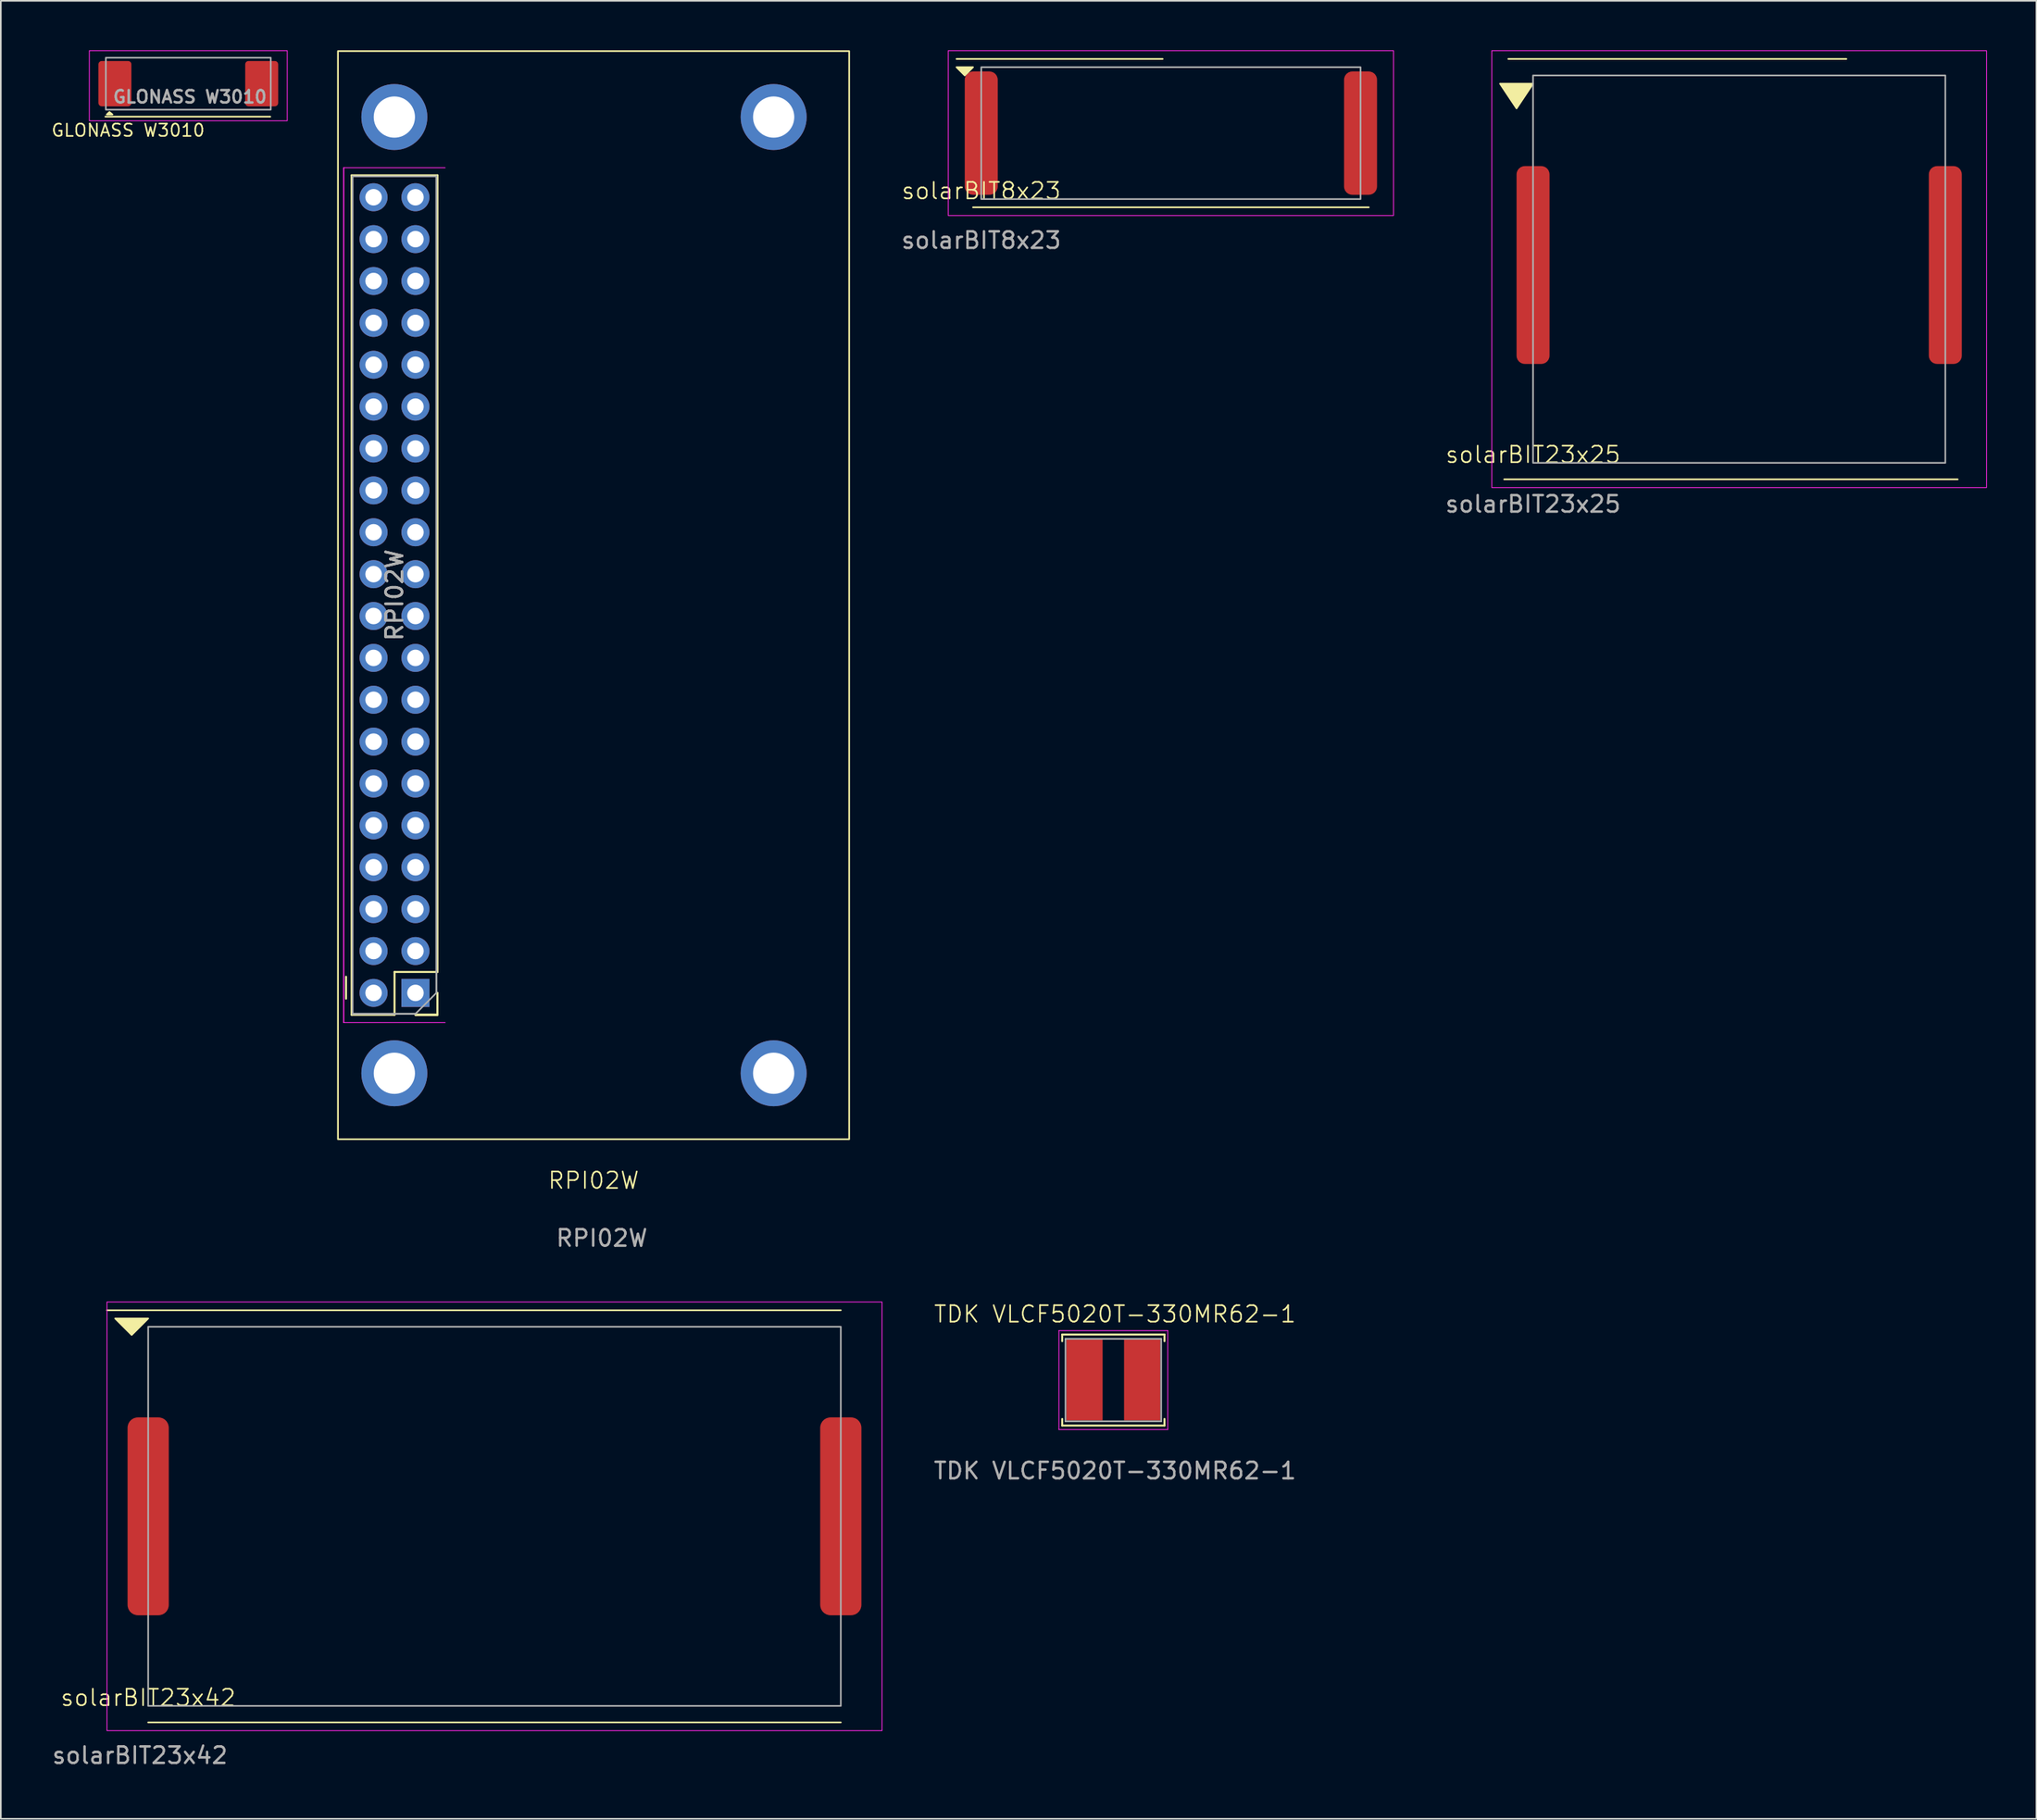
<source format=kicad_pcb>
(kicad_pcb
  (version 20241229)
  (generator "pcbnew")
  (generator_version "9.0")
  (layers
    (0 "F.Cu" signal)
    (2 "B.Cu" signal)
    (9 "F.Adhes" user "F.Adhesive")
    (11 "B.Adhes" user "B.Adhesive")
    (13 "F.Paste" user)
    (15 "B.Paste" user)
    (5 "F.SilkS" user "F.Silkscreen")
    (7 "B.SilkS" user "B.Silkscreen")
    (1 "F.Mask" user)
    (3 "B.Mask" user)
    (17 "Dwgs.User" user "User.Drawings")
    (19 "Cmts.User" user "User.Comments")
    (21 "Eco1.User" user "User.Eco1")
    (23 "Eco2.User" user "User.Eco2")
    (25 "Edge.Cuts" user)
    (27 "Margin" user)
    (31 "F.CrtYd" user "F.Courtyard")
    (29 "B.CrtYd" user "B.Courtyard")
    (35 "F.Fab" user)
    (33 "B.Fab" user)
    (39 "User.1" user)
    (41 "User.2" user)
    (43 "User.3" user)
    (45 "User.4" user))
  (footprint "solarBIT23x25"
    (layer "F.Cu")
    (at 89.911 25.025)
    (property "Reference" "solarBIT23x25" (at 0 -0.5 0) (unlocked yes) (layer "F.SilkS") (effects (font (size 1 1) (thickness 0.1))))
    (attr smd)
    (fp_line (start -1.5 -24.5) (end 19 -24.5) (stroke (width 0.1) (type default)) (layer "F.SilkS"))
    (fp_line (start 25.75 1) (end -1.75 1) (stroke (width 0.1) (type default)) (layer "F.SilkS"))
    (fp_poly (pts (xy -2 -23) (xy -1 -21.5) (xy 0 -23)) (stroke (width 0.1) (type solid)) (fill yes) (layer "F.SilkS"))
    (fp_rect (start -2.5 -25) (end 27.5 1.5) (stroke (width 0.05) (type default)) (fill no) (layer "F.CrtYd"))
    (fp_rect (start 0 -23.5) (end 25 0) (stroke (width 0.1) (type default)) (fill no) (layer "F.Fab"))
    (fp_text user "${REFERENCE}" (at 0 2.5 0) (unlocked yes) (layer "F.Fab") (effects (font (size 1 1) (thickness 0.15))))
    (pad "1" smd roundrect (at 0 -12) (size 2 12) (layers "F.Cu" "F.Mask" "F.Paste") (roundrect_rratio 0.25))
    (pad "2" smd roundrect (at 25 -12) (size 2 12) (layers "F.Cu" "F.Mask" "F.Paste") (roundrect_rratio 0.25)))
  (footprint "GLONASS W3010"
    (layer "F.Cu")
    (at 8.368 2.025)
    (property "Reference" "GLONASS W3010" (at -3.65 2.83 0) (unlocked yes) (layer "F.SilkS") (effects (font (size 0.75 0.75) (thickness 0.1))))
    (attr smd)
    (fp_line (start -5.03 2) (end 4.97 2) (stroke (width 0.1) (type default)) (layer "F.SilkS"))
    (fp_poly (pts (xy -4.6 1.87) (xy -4.78 1.72) (xy -4.94 1.87)) (stroke (width 0.1) (type solid)) (fill yes) (layer "F.SilkS"))
    (fp_rect (start -6 2.25) (end 6 -2) (stroke (width 0.05) (type default)) (fill no) (layer "F.CrtYd"))
    (fp_rect (start -5 -1.575) (end 5 1.575) (stroke (width 0.1) (type default)) (fill no) (layer "F.Fab"))
    (fp_text user "${REFERENCE}" (at 0.1 0.8 0) (unlocked yes) (layer "F.Fab") (effects (font (size 0.75 0.75) (thickness 0.15))))
    (pad "1" smd roundrect (at -4.45 0 180) (size 2 2.75) (layers "F.Cu" "F.Mask" "F.Paste") (roundrect_rratio 0.1))
    (pad "2" smd roundrect (at 4.45 0 180) (size 2 2.75) (layers "F.Cu" "F.Mask" "F.Paste") (roundrect_rratio 0.1)))
  (footprint "RPI02W"
    (layer "F.Cu")
    (at 32.943 27.55)
    (property "Reference" "RPI02W" (at 0 41 0) (unlocked yes) (layer "F.SilkS") (effects (font (size 1 1) (thickness 0.1))))
    (attr smd)
    (fp_line (start -15.01 28.645) (end -15.01 29.975) (stroke (width 0.12) (type solid)) (layer "F.SilkS"))
    (fp_line (start -14.67 30.955) (end -14.67 -19.965) (stroke (width 0.12) (type solid)) (layer "F.SilkS"))
    (fp_line (start -12.07 28.355) (end -12.07 30.955) (stroke (width 0.12) (type solid)) (layer "F.SilkS"))
    (fp_line (start -12.07 30.955) (end -14.67 30.955) (stroke (width 0.12) (type solid)) (layer "F.SilkS"))
    (fp_line (start -9.47 -19.965) (end -14.67 -19.965) (stroke (width 0.12) (type solid)) (layer "F.SilkS"))
    (fp_line (start -9.47 28.355) (end -12.07 28.355) (stroke (width 0.12) (type solid)) (layer "F.SilkS"))
    (fp_line (start -9.47 28.355) (end -9.47 -19.965) (stroke (width 0.12) (type solid)) (layer "F.SilkS"))
    (fp_line (start -9.47 28.355) (end -9.47 -19.965) (stroke (width 0.12) (type solid)) (layer "F.SilkS"))
    (fp_line (start -9.47 29.625) (end -9.47 30.955) (stroke (width 0.12) (type solid)) (layer "F.SilkS"))
    (fp_line (start -9.47 29.625) (end -9.47 30.955) (stroke (width 0.12) (type solid)) (layer "F.SilkS"))
    (fp_line (start -9.47 30.955) (end -10.8 30.955) (stroke (width 0.12) (type solid)) (layer "F.SilkS"))
    (fp_line (start -9.47 30.955) (end -10.8 30.955) (stroke (width 0.12) (type solid)) (layer "F.SilkS"))
    (fp_line (start -9.47 30.955) (end -10.8 30.955) (stroke (width 0.12) (type solid)) (layer "F.SilkS"))
    (fp_rect (start -15.5 -27.5) (end 15.5 38.5) (stroke (width 0.1) (type default)) (fill no) (layer "F.SilkS"))
    (fp_line (start -15.15 -20.425) (end -15.15 31.425) (stroke (width 0.05) (type solid)) (layer "F.CrtYd"))
    (fp_line (start -15.15 -20.425) (end -15.15 31.425) (stroke (width 0.05) (type solid)) (layer "F.CrtYd"))
    (fp_line (start -15.15 31.425) (end -9 31.425) (stroke (width 0.05) (type solid)) (layer "F.CrtYd"))
    (fp_line (start -9 -20.425) (end -15.15 -20.425) (stroke (width 0.05) (type solid)) (layer "F.CrtYd"))
    (fp_line (start -14.61 -19.905) (end -9.53 -19.905) (stroke (width 0.1) (type solid)) (layer "F.Fab"))
    (fp_line (start -14.61 30.895) (end -14.61 -19.905) (stroke (width 0.1) (type solid)) (layer "F.Fab"))
    (fp_line (start -10.8 30.895) (end -14.61 30.895) (stroke (width 0.1) (type solid)) (layer "F.Fab"))
    (fp_line (start -10.8 30.895) (end -14.61 30.895) (stroke (width 0.1) (type solid)) (layer "F.Fab"))
    (fp_line (start -9.53 -19.905) (end -9.53 29.625) (stroke (width 0.1) (type solid)) (layer "F.Fab"))
    (fp_line (start -9.53 -19.905) (end -9.53 29.625) (stroke (width 0.1) (type solid)) (layer "F.Fab"))
    (fp_line (start -9.53 29.625) (end -10.8 30.895) (stroke (width 0.1) (type solid)) (layer "F.Fab"))
    (fp_text user "${REFERENCE}" (at 0.5 44.5 0) (unlocked yes) (layer "F.Fab") (effects (font (size 1 1) (thickness 0.15))))
    (fp_text user "${REFERENCE}" (at -12.07 5.495 270) (layer "F.Fab") (effects (font (size 1 1) (thickness 0.15))))
    (fp_text user "${REFERENCE}" (at -12.07 5.495 270) (layer "F.Fab") (effects (font (size 1 1) (thickness 0.15))))
    (fp_text user "${REFERENCE}" (at -12.07 5.495 270) (layer "F.Fab") (effects (font (size 1 1) (thickness 0.15))))
    (pad "1" thru_hole rect (at -10.8 29.625 180) (size 1.7 1.7) (drill 1) (layers "*.Cu" "*.Mask"))
    (pad "2" thru_hole oval (at -13.34 29.625 180) (size 1.7 1.7) (drill 1) (layers "*.Cu" "*.Mask"))
    (pad "3" thru_hole oval (at -10.8 27.085 180) (size 1.7 1.7) (drill 1) (layers "*.Cu" "*.Mask"))
    (pad "4" thru_hole oval (at -13.34 27.085 180) (size 1.7 1.7) (drill 1) (layers "*.Cu" "*.Mask"))
    (pad "5" thru_hole oval (at -10.8 24.545 180) (size 1.7 1.7) (drill 1) (layers "*.Cu" "*.Mask"))
    (pad "6" thru_hole oval (at -13.34 24.545 180) (size 1.7 1.7) (drill 1) (layers "*.Cu" "*.Mask"))
    (pad "7" thru_hole oval (at -10.8 22.005 180) (size 1.7 1.7) (drill 1) (layers "*.Cu" "*.Mask"))
    (pad "8" thru_hole oval (at -13.34 22.005 180) (size 1.7 1.7) (drill 1) (layers "*.Cu" "*.Mask"))
    (pad "9" thru_hole oval (at -10.8 19.465 180) (size 1.7 1.7) (drill 1) (layers "*.Cu" "*.Mask"))
    (pad "10" thru_hole oval (at -13.34 19.465 180) (size 1.7 1.7) (drill 1) (layers "*.Cu" "*.Mask"))
    (pad "11" thru_hole oval (at -10.8 16.925 180) (size 1.7 1.7) (drill 1) (layers "*.Cu" "*.Mask"))
    (pad "12" thru_hole oval (at -13.34 16.925 180) (size 1.7 1.7) (drill 1) (layers "*.Cu" "*.Mask"))
    (pad "13" thru_hole oval (at -10.8 14.385 180) (size 1.7 1.7) (drill 1) (layers "*.Cu" "*.Mask"))
    (pad "14" thru_hole oval (at -13.34 14.385 180) (size 1.7 1.7) (drill 1) (layers "*.Cu" "*.Mask"))
    (pad "15" thru_hole oval (at -10.8 11.845 180) (size 1.7 1.7) (drill 1) (layers "*.Cu" "*.Mask"))
    (pad "16" thru_hole oval (at -13.34 11.845 180) (size 1.7 1.7) (drill 1) (layers "*.Cu" "*.Mask"))
    (pad "17" thru_hole oval (at -10.8 9.305 180) (size 1.7 1.7) (drill 1) (layers "*.Cu" "*.Mask"))
    (pad "18" thru_hole oval (at -13.34 9.305 180) (size 1.7 1.7) (drill 1) (layers "*.Cu" "*.Mask"))
    (pad "19" thru_hole oval (at -10.8 6.765 180) (size 1.7 1.7) (drill 1) (layers "*.Cu" "*.Mask"))
    (pad "20" thru_hole oval (at -13.34 6.765 180) (size 1.7 1.7) (drill 1) (layers "*.Cu" "*.Mask"))
    (pad "21" thru_hole oval (at -10.8 4.225 180) (size 1.7 1.7) (drill 1) (layers "*.Cu" "*.Mask"))
    (pad "22" thru_hole oval (at -13.34 4.225 180) (size 1.7 1.7) (drill 1) (layers "*.Cu" "*.Mask"))
    (pad "23" thru_hole oval (at -10.8 1.685 180) (size 1.7 1.7) (drill 1) (layers "*.Cu" "*.Mask"))
    (pad "24" thru_hole oval (at -13.34 1.685 180) (size 1.7 1.7) (drill 1) (layers "*.Cu" "*.Mask"))
    (pad "25" thru_hole oval (at -10.8 -0.855 180) (size 1.7 1.7) (drill 1) (layers "*.Cu" "*.Mask"))
    (pad "26" thru_hole oval (at -13.34 -0.855 180) (size 1.7 1.7) (drill 1) (layers "*.Cu" "*.Mask"))
    (pad "27" thru_hole oval (at -10.8 -3.395 180) (size 1.7 1.7) (drill 1) (layers "*.Cu" "*.Mask"))
    (pad "28" thru_hole oval (at -13.34 -3.395 180) (size 1.7 1.7) (drill 1) (layers "*.Cu" "*.Mask"))
    (pad "29" thru_hole oval (at -10.8 -5.935 180) (size 1.7 1.7) (drill 1) (layers "*.Cu" "*.Mask"))
    (pad "30" thru_hole oval (at -13.34 -5.935 180) (size 1.7 1.7) (drill 1) (layers "*.Cu" "*.Mask"))
    (pad "31" thru_hole oval (at -10.8 -8.475 180) (size 1.7 1.7) (drill 1) (layers "*.Cu" "*.Mask"))
    (pad "32" thru_hole oval (at -13.34 -8.475 180) (size 1.7 1.7) (drill 1) (layers "*.Cu" "*.Mask"))
    (pad "33" thru_hole oval (at -10.8 -11.015 180) (size 1.7 1.7) (drill 1) (layers "*.Cu" "*.Mask"))
    (pad "34" thru_hole oval (at -13.34 -11.015 180) (size 1.7 1.7) (drill 1) (layers "*.Cu" "*.Mask"))
    (pad "35" thru_hole oval (at -10.8 -13.555 180) (size 1.7 1.7) (drill 1) (layers "*.Cu" "*.Mask"))
    (pad "36" thru_hole oval (at -13.34 -13.555 180) (size 1.7 1.7) (drill 1) (layers "*.Cu" "*.Mask"))
    (pad "37" thru_hole oval (at -10.8 -16.095 180) (size 1.7 1.7) (drill 1) (layers "*.Cu" "*.Mask"))
    (pad "38" thru_hole oval (at -13.34 -16.095 180) (size 1.7 1.7) (drill 1) (layers "*.Cu" "*.Mask"))
    (pad "39" thru_hole oval (at -10.8 -18.635 180) (size 1.7 1.7) (drill 1) (layers "*.Cu" "*.Mask"))
    (pad "40" thru_hole oval (at -13.34 -18.635 180) (size 1.7 1.7) (drill 1) (layers "*.Cu" "*.Mask"))
    (pad "41" thru_hole circle (at 10.92 -23.5) (size 4 4) (drill 2.5) (layers "*.Cu" "*.Mask"))
    (pad "42" thru_hole circle (at 10.92 34.5) (size 4 4) (drill 2.5) (layers "*.Cu" "*.Mask"))
    (pad "43" thru_hole circle (at -12.08 34.5) (size 4 4) (drill 2.5) (layers "*.Cu" "*.Mask"))
    (pad "44" thru_hole circle (at -12.08 -23.5) (size 4 4) (drill 2.5) (layers "*.Cu" "*.Mask")))
  (footprint "solarBIT23x42"
    (layer "F.Cu")
    (at 5.935 100.423)
    (property "Reference" "solarBIT23x42" (at 0 -0.5 0) (unlocked yes) (layer "F.SilkS") (effects (font (size 1 1) (thickness 0.1))))
    (attr smd)
    (fp_line (start -2.5 -24) (end 42 -24) (stroke (width 0.1) (type default)) (layer "F.SilkS"))
    (fp_line (start 0 1) (end 42 1) (stroke (width 0.1) (type default)) (layer "F.SilkS"))
    (fp_poly (pts (xy -2 -23.5) (xy -1 -22.5) (xy 0 -23.5)) (stroke (width 0.1) (type solid)) (fill yes) (layer "F.SilkS"))
    (fp_rect (start -2.5 -24.5) (end 44.5 1.5) (stroke (width 0.05) (type default)) (fill no) (layer "F.CrtYd"))
    (fp_rect (start 0 -23) (end 42 0) (stroke (width 0.1) (type default)) (fill no) (layer "F.Fab"))
    (fp_text user "${REFERENCE}" (at -0.5 3 0) (unlocked yes) (layer "F.Fab") (effects (font (size 1 1) (thickness 0.15))))
    (pad "1" smd roundrect (at 0 -11.5) (size 2.5 12) (layers "F.Cu" "F.Mask" "F.Paste") (roundrect_rratio 0.25))
    (pad "2" smd roundrect (at 42 -11.5) (size 2.5 12) (layers "F.Cu" "F.Mask" "F.Paste") (roundrect_rratio 0.25)))
  (footprint "TDK VLCF5020T-330MR62-1"
    (layer "F.Cu")
    (at 64.561 83.659)
    (property "Reference" "TDK VLCF5020T-330MR62-1" (at 0 -7 0) (unlocked yes) (layer "F.SilkS") (effects (font (size 1 1) (thickness 0.1))))
    (attr smd)
    (fp_line (start -3.2 -5.76) (end -3.2 -5.36) (stroke (width 0.12) (type solid)) (layer "F.SilkS"))
    (fp_line (start -3.2 -5.76) (end 3 -5.76) (stroke (width 0.12) (type solid)) (layer "F.SilkS"))
    (fp_line (start -3.2 -0.24) (end -3.2 -0.64) (stroke (width 0.12) (type solid)) (layer "F.SilkS"))
    (fp_line (start -3.2 -0.24) (end 3 -0.24) (stroke (width 0.12) (type solid)) (layer "F.SilkS"))
    (fp_line (start 3 -5.76) (end 3 -5.36) (stroke (width 0.12) (type solid)) (layer "F.SilkS"))
    (fp_line (start 3 -0.24) (end 3 -0.64) (stroke (width 0.12) (type solid)) (layer "F.SilkS"))
    (fp_line (start -3.4 -6) (end -3.4 0) (stroke (width 0.05) (type solid)) (layer "F.CrtYd"))
    (fp_line (start -3.4 0) (end 3.2 0) (stroke (width 0.05) (type solid)) (layer "F.CrtYd"))
    (fp_line (start 3.2 -6) (end -3.4 -6) (stroke (width 0.05) (type solid)) (layer "F.CrtYd"))
    (fp_line (start 3.2 0) (end 3.2 -6) (stroke (width 0.05) (type solid)) (layer "F.CrtYd"))
    (fp_line (start -3 -5.5) (end -3 -0.5) (stroke (width 0.1) (type solid)) (layer "F.Fab"))
    (fp_line (start -3 -0.5) (end 2.8 -0.5) (stroke (width 0.1) (type solid)) (layer "F.Fab"))
    (fp_line (start 2.8 -5.5) (end -3 -5.5) (stroke (width 0.1) (type solid)) (layer "F.Fab"))
    (fp_line (start 2.8 -0.5) (end 2.8 -5.5) (stroke (width 0.1) (type solid)) (layer "F.Fab"))
    (fp_text user "${REFERENCE}" (at 0 2.5 0) (unlocked yes) (layer "F.Fab") (effects (font (size 1 1) (thickness 0.15))))
    (pad "1" smd rect (at -1.85 -3) (size 2.2 4.9) (layers "F.Cu" "F.Mask" "F.Paste"))
    (pad "2" smd rect (at 1.65 -3) (size 2.2 4.9) (layers "F.Cu" "F.Mask" "F.Paste")))
  (footprint "solarBIT8x23"
    (layer "F.Cu")
    (at 56.451 9.025)
    (property "Reference" "solarBIT8x23" (at 0 -0.5 0) (unlocked yes) (layer "F.SilkS") (effects (font (size 1 1) (thickness 0.1))))
    (attr smd)
    (fp_line (start -1.5 -8.5) (end 11 -8.5) (stroke (width 0.1) (type default)) (layer "F.SilkS"))
    (fp_line (start -0.5 0.5) (end 23.5 0.5) (stroke (width 0.1) (type default)) (layer "F.SilkS"))
    (fp_poly (pts (xy -1.5 -8) (xy -1 -7.5) (xy -0.5 -8)) (stroke (width 0.1) (type solid)) (fill yes) (layer "F.SilkS"))
    (fp_rect (start -2 -9) (end 25 1) (stroke (width 0.05) (type default)) (fill no) (layer "F.CrtYd"))
    (fp_rect (start 0 -8) (end 23 0) (stroke (width 0.1) (type default)) (fill no) (layer "F.Fab"))
    (fp_text user "${REFERENCE}" (at 0 2.5 0) (unlocked yes) (layer "F.Fab") (effects (font (size 1 1) (thickness 0.15))))
    (pad "1" smd roundrect (at 0 -4) (size 2 7.48) (layers "F.Cu" "F.Mask" "F.Paste") (roundrect_rratio 0.25))
    (pad "2" smd roundrect (at 23 -4) (size 2 7.48) (layers "F.Cu" "F.Mask" "F.Paste") (roundrect_rratio 0.25)))
  (gr_rect
    (start -3 -3)
    (end 120.436 107.272)
    (stroke (width 0.1) (type default))
    (fill no)
    (layer "Edge.Cuts")))
</source>
